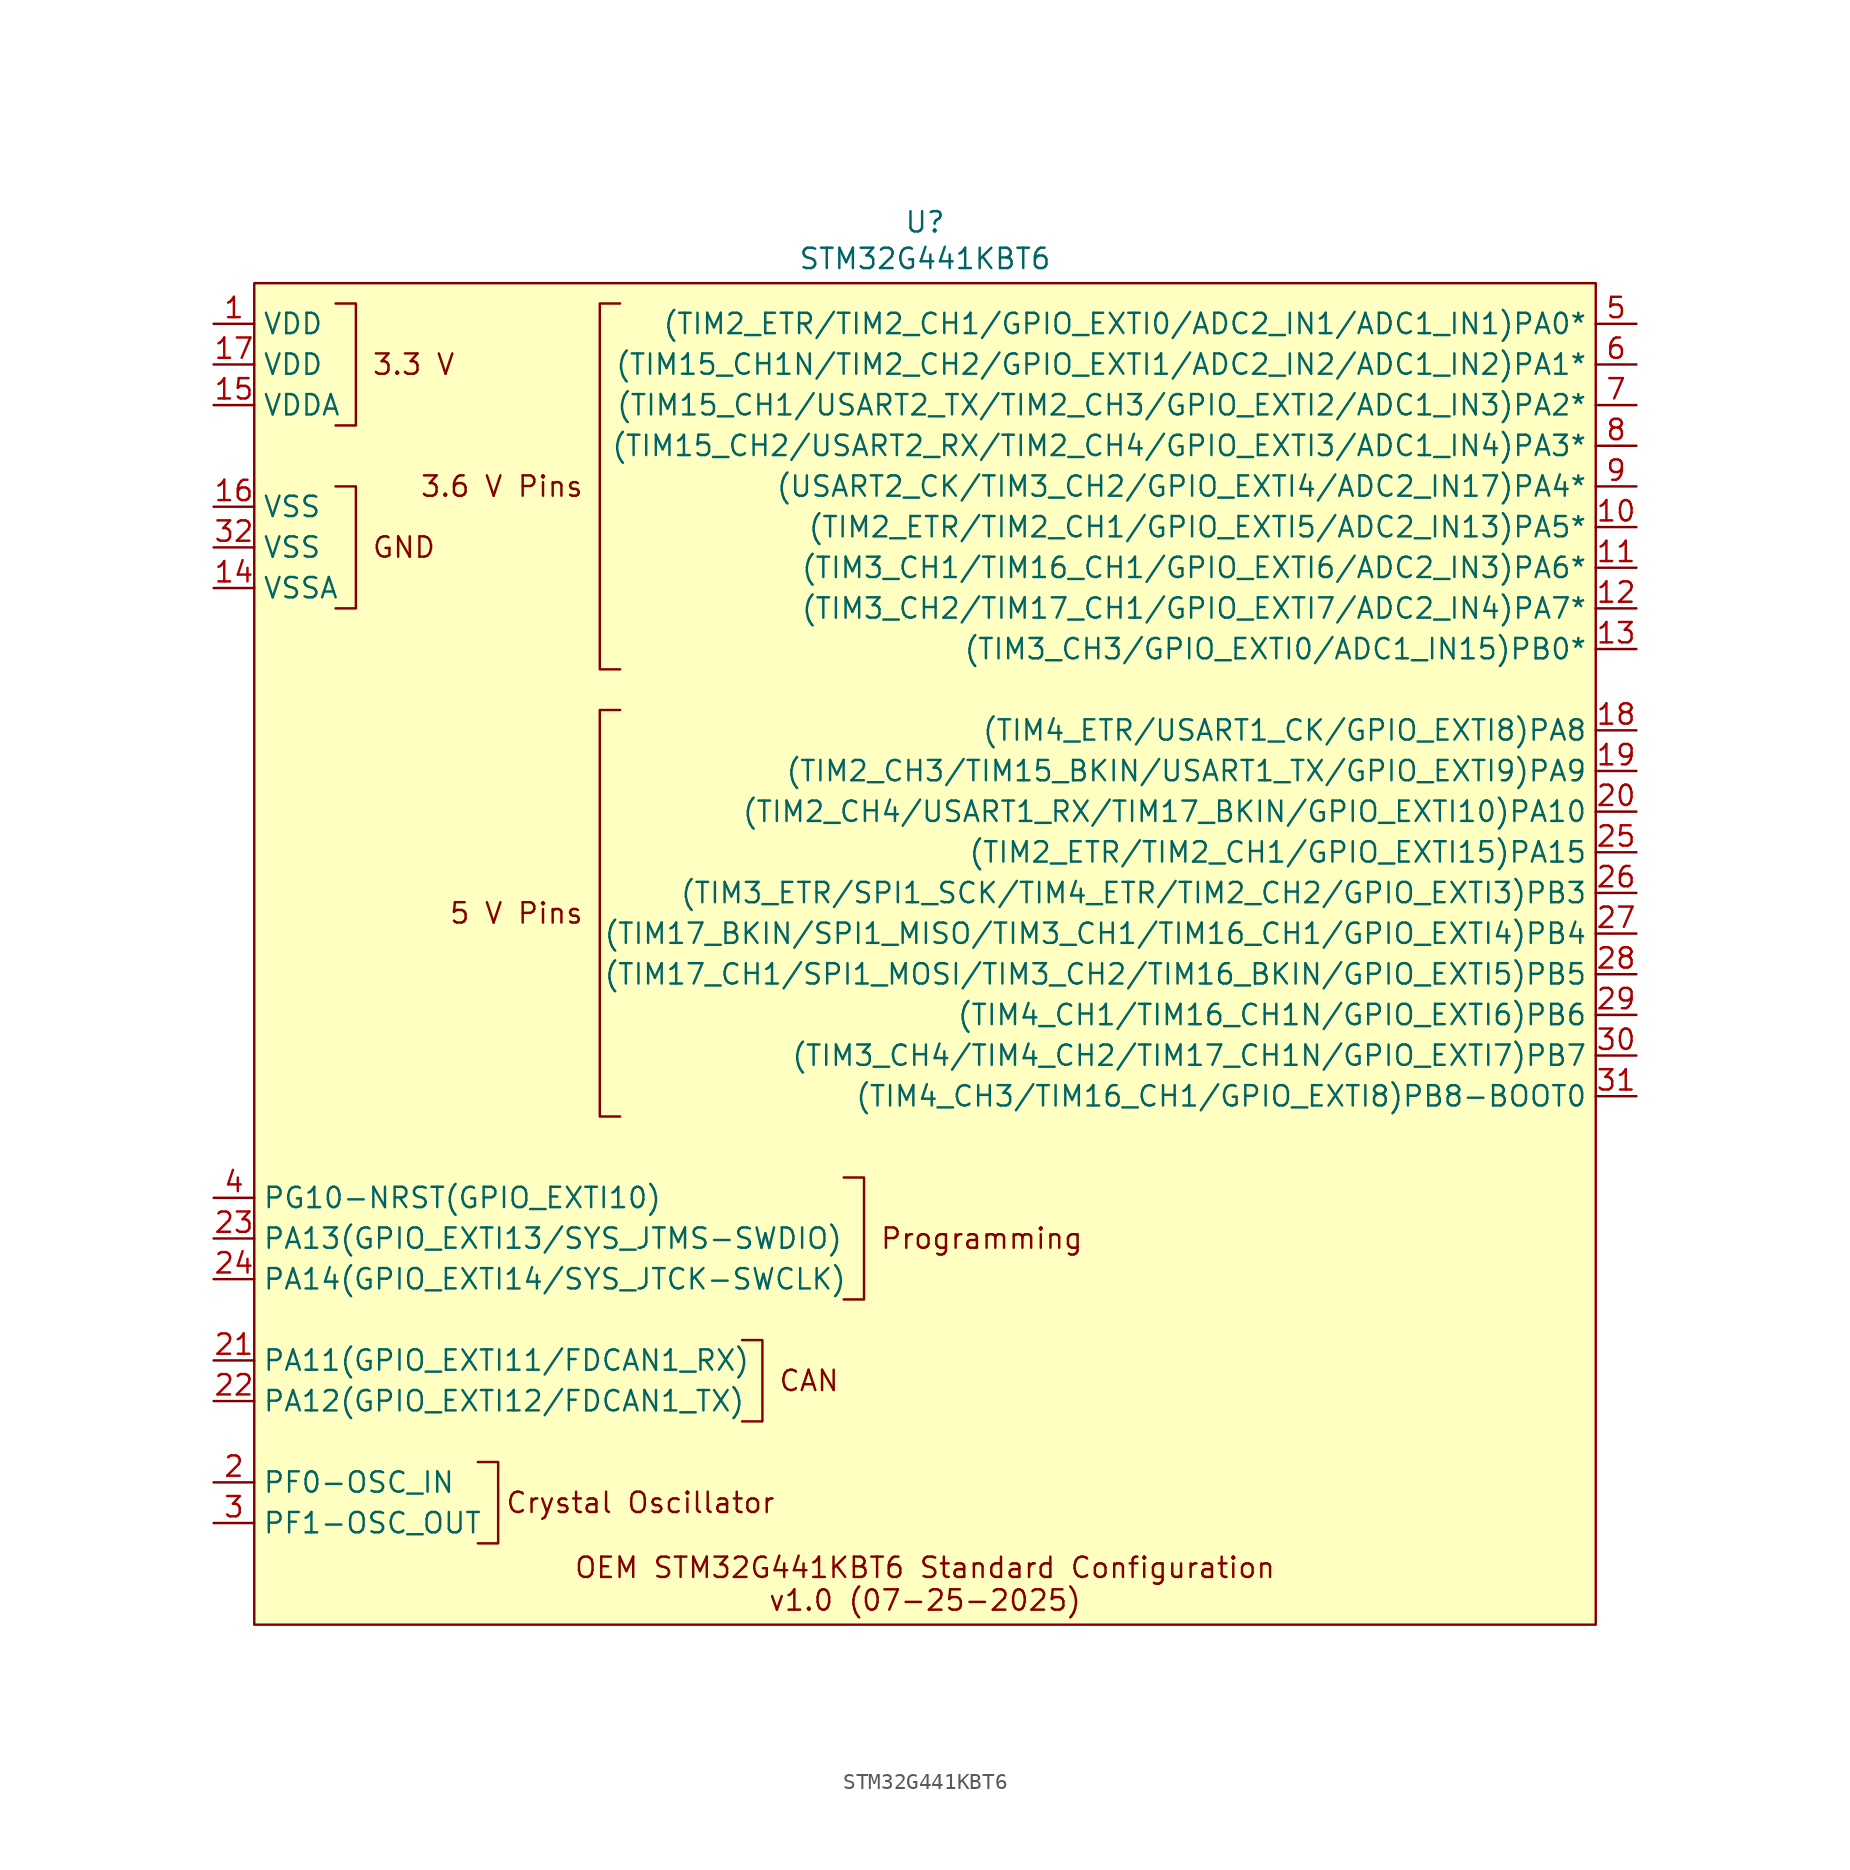
<source format=kicad_sym>
(kicad_symbol_lib
  (version 20241209)
  (generator "kicad_symbol_editor")
  (generator_version "9.0")
  (symbol "STM32G441KBT6"
    (property "Reference" "U"
      (at 0 45.72 0)
      (effects (font (size 1.27 1.27))))
    (property "Value" "STM32G441KBT6"
      (at 0 43.434 0)
      (effects (font (size 1.27 1.27))))
    (symbol "STM32G441KBT6_0_1"
      (polyline (pts (xy -36.83 40.64) (xy -35.56 40.64) (xy -35.56 33.02) (xy -36.83 33.02)) (stroke (width 0) (type default)) (fill (type none)))
      (polyline (pts (xy -36.83 29.21) (xy -35.56 29.21) (xy -35.56 21.59) (xy -36.83 21.59)) (stroke (width 0) (type default)) (fill (type none)))
      (polyline (pts (xy -27.94 -31.75) (xy -26.67 -31.75) (xy -26.67 -36.83) (xy -27.94 -36.83)) (stroke (width 0) (type default)) (fill (type none)))
      (polyline (pts (xy -19.05 17.78) (xy -20.32 17.78) (xy -20.32 40.64) (xy -19.05 40.64)) (stroke (width 0) (type default)) (fill (type none)))
      (polyline (pts (xy -19.05 15.24) (xy -20.32 15.24) (xy -20.32 -10.16) (xy -19.05 -10.16)) (stroke (width 0) (type default)) (fill (type none)))
      (polyline (pts (xy -11.43 -29.21) (xy -10.16 -29.21) (xy -10.16 -24.13) (xy -11.43 -24.13)) (stroke (width 0) (type default)) (fill (type none)))
      (polyline (pts (xy -5.08 -21.59) (xy -3.81 -21.59) (xy -3.81 -13.97) (xy -5.08 -13.97)) (stroke (width 0) (type default)) (fill (type none))))
    (symbol "STM32G441KBT6_1_1"
      (rectangle (start -41.91 41.91) (end 41.91 -41.91) (stroke (width 0) (type solid)) (fill (type color) (color 255 255 194 1)))
      (text " 3.3 V" (at -35.56 36.83 0) (effects (font (size 1.27 1.27)) (justify left)))
      (text " GND" (at -35.56 25.4 0) (effects (font (size 1.27 1.27)) (justify left)))
      (text "3.6 V Pins " (at -20.32 29.21 0) (effects (font (size 1.27 1.27)) (justify right)))
      (text "5 V Pins " (at -20.32 2.54 0) (effects (font (size 1.27 1.27)) (justify right)))
      (text "Crystal Oscillator" (at -17.78 -34.29 0) (effects (font (size 1.27 1.27))))
      (text " CAN" (at -10.16 -26.67 0) (effects (font (size 1.27 1.27)) (justify left)))
      (text " Programming" (at -3.81 -17.78 0) (effects (font (size 1.27 1.27)) (justify left)))
      (text "OEM STM32G441KBT6 Standard Configuration\nv1.0 (07-25-2025)" (at 0 -39.37 0) (effects (font (size 1.27 1.27))))
      (pin power_in line (at -44.45 39.37 0) (length 2.54) (name "VDD" (effects (font (size 1.27 1.27)))) (number "1" (effects (font (size 1.27 1.27)))))
      (pin power_in line (at -44.45 36.83 0) (length 2.54) (name "VDD" (effects (font (size 1.27 1.27)))) (number "17" (effects (font (size 1.27 1.27)))))
      (pin power_in line (at -44.45 34.29 0) (length 2.54) (name "VDDA" (effects (font (size 1.27 1.27)))) (number "15" (effects (font (size 1.27 1.27)))))
      (pin power_in line (at -44.45 27.94 0) (length 2.54) (name "VSS" (effects (font (size 1.27 1.27)))) (number "16" (effects (font (size 1.27 1.27)))))
      (pin power_in line (at -44.45 25.4 0) (length 2.54) (name "VSS" (effects (font (size 1.27 1.27)))) (number "32" (effects (font (size 1.27 1.27)))))
      (pin power_in line (at -44.45 22.86 0) (length 2.54) (name "VSSA" (effects (font (size 1.27 1.27)))) (number "14" (effects (font (size 1.27 1.27)))))
      (pin bidirectional line (at -44.45 -15.24 0) (length 2.54) (name "PG10-NRST(GPIO_EXTI10)" (effects (font (size 1.27 1.27)))) (number "4" (effects (font (size 1.27 1.27)))))
      (pin bidirectional line (at -44.45 -17.78 0) (length 2.54) (name "PA13(GPIO_EXTI13/SYS_JTMS-SWDIO)" (effects (font (size 1.27 1.27)))) (number "23" (effects (font (size 1.27 1.27)))))
      (pin bidirectional line (at -44.45 -20.32 0) (length 2.54) (name "PA14(GPIO_EXTI14/SYS_JTCK-SWCLK)" (effects (font (size 1.27 1.27)))) (number "24" (effects (font (size 1.27 1.27)))))
      (pin bidirectional line (at -44.45 -25.4 0) (length 2.54) (name "PA11(GPIO_EXTI11/FDCAN1_RX)" (effects (font (size 1.27 1.27)))) (number "21" (effects (font (size 1.27 1.27)))))
      (pin bidirectional line (at -44.45 -27.94 0) (length 2.54) (name "PA12(GPIO_EXTI12/FDCAN1_TX)" (effects (font (size 1.27 1.27)))) (number "22" (effects (font (size 1.27 1.27)))))
      (pin bidirectional line (at -44.45 -33.02 0) (length 2.54) (name "PF0-OSC_IN" (effects (font (size 1.27 1.27)))) (number "2" (effects (font (size 1.27 1.27)))))
      (pin bidirectional line (at -44.45 -35.56 0) (length 2.54) (name "PF1-OSC_OUT" (effects (font (size 1.27 1.27)))) (number "3" (effects (font (size 1.27 1.27)))))
      (pin bidirectional line (at 44.45 39.37 180) (length 2.54) (name "(TIM2_ETR/TIM2_CH1/GPIO_EXTI0/ADC2_IN1/ADC1_IN1)PA0*" (effects (font (size 1.27 1.27)))) (number "5" (effects (font (size 1.27 1.27)))))
      (pin bidirectional line (at 44.45 36.83 180) (length 2.54) (name "(TIM15_CH1N/TIM2_CH2/GPIO_EXTI1/ADC2_IN2/ADC1_IN2)PA1*" (effects (font (size 1.27 1.27)))) (number "6" (effects (font (size 1.27 1.27)))))
      (pin bidirectional line (at 44.45 34.29 180) (length 2.54) (name "(TIM15_CH1/USART2_TX/TIM2_CH3/GPIO_EXTI2/ADC1_IN3)PA2*" (effects (font (size 1.27 1.27)))) (number "7" (effects (font (size 1.27 1.27)))))
      (pin bidirectional line (at 44.45 31.75 180) (length 2.54) (name "(TIM15_CH2/USART2_RX/TIM2_CH4/GPIO_EXTI3/ADC1_IN4)PA3*" (effects (font (size 1.27 1.27)))) (number "8" (effects (font (size 1.27 1.27)))))
      (pin bidirectional line (at 44.45 29.21 180) (length 2.54) (name "(USART2_CK/TIM3_CH2/GPIO_EXTI4/ADC2_IN17)PA4*" (effects (font (size 1.27 1.27)))) (number "9" (effects (font (size 1.27 1.27)))))
      (pin bidirectional line (at 44.45 26.67 180) (length 2.54) (name "(TIM2_ETR/TIM2_CH1/GPIO_EXTI5/ADC2_IN13)PA5*" (effects (font (size 1.27 1.27)))) (number "10" (effects (font (size 1.27 1.27)))))
      (pin bidirectional line (at 44.45 24.13 180) (length 2.54) (name "(TIM3_CH1/TIM16_CH1/GPIO_EXTI6/ADC2_IN3)PA6*" (effects (font (size 1.27 1.27)))) (number "11" (effects (font (size 1.27 1.27)))))
      (pin bidirectional line (at 44.45 21.59 180) (length 2.54) (name "(TIM3_CH2/TIM17_CH1/GPIO_EXTI7/ADC2_IN4)PA7*" (effects (font (size 1.27 1.27)))) (number "12" (effects (font (size 1.27 1.27)))))
      (pin bidirectional line (at 44.45 19.05 180) (length 2.54) (name "(TIM3_CH3/GPIO_EXTI0/ADC1_IN15)PB0*" (effects (font (size 1.27 1.27)))) (number "13" (effects (font (size 1.27 1.27)))))
      (pin bidirectional line (at 44.45 13.97 180) (length 2.54) (name "(TIM4_ETR/USART1_CK/GPIO_EXTI8)PA8" (effects (font (size 1.27 1.27)))) (number "18" (effects (font (size 1.27 1.27)))))
      (pin bidirectional line (at 44.45 11.43 180) (length 2.54) (name "(TIM2_CH3/TIM15_BKIN/USART1_TX/GPIO_EXTI9)PA9" (effects (font (size 1.27 1.27)))) (number "19" (effects (font (size 1.27 1.27)))))
      (pin bidirectional line (at 44.45 8.89 180) (length 2.54) (name "(TIM2_CH4/USART1_RX/TIM17_BKIN/GPIO_EXTI10)PA10" (effects (font (size 1.27 1.27)))) (number "20" (effects (font (size 1.27 1.27)))))
      (pin bidirectional line (at 44.45 6.35 180) (length 2.54) (name "(TIM2_ETR/TIM2_CH1/GPIO_EXTI15)PA15" (effects (font (size 1.27 1.27)))) (number "25" (effects (font (size 1.27 1.27)))))
      (pin bidirectional line (at 44.45 3.81 180) (length 2.54) (name "(TIM3_ETR/SPI1_SCK/TIM4_ETR/TIM2_CH2/GPIO_EXTI3)PB3" (effects (font (size 1.27 1.27)))) (number "26" (effects (font (size 1.27 1.27)))))
      (pin bidirectional line (at 44.45 1.27 180) (length 2.54) (name "(TIM17_BKIN/SPI1_MISO/TIM3_CH1/TIM16_CH1/GPIO_EXTI4)PB4" (effects (font (size 1.27 1.27)))) (number "27" (effects (font (size 1.27 1.27)))))
      (pin bidirectional line (at 44.45 -1.27 180) (length 2.54) (name "(TIM17_CH1/SPI1_MOSI/TIM3_CH2/TIM16_BKIN/GPIO_EXTI5)PB5" (effects (font (size 1.27 1.27)))) (number "28" (effects (font (size 1.27 1.27)))))
      (pin bidirectional line (at 44.45 -3.81 180) (length 2.54) (name "(TIM4_CH1/TIM16_CH1N/GPIO_EXTI6)PB6" (effects (font (size 1.27 1.27)))) (number "29" (effects (font (size 1.27 1.27)))))
      (pin bidirectional line (at 44.45 -6.35 180) (length 2.54) (name "(TIM3_CH4/TIM4_CH2/TIM17_CH1N/GPIO_EXTI7)PB7" (effects (font (size 1.27 1.27)))) (number "30" (effects (font (size 1.27 1.27)))))
      (pin bidirectional line (at 44.45 -8.89 180) (length 2.54) (name "(TIM4_CH3/TIM16_CH1/GPIO_EXTI8)PB8-BOOT0" (effects (font (size 1.27 1.27)))) (number "31" (effects (font (size 1.27 1.27))))))))
</source>
